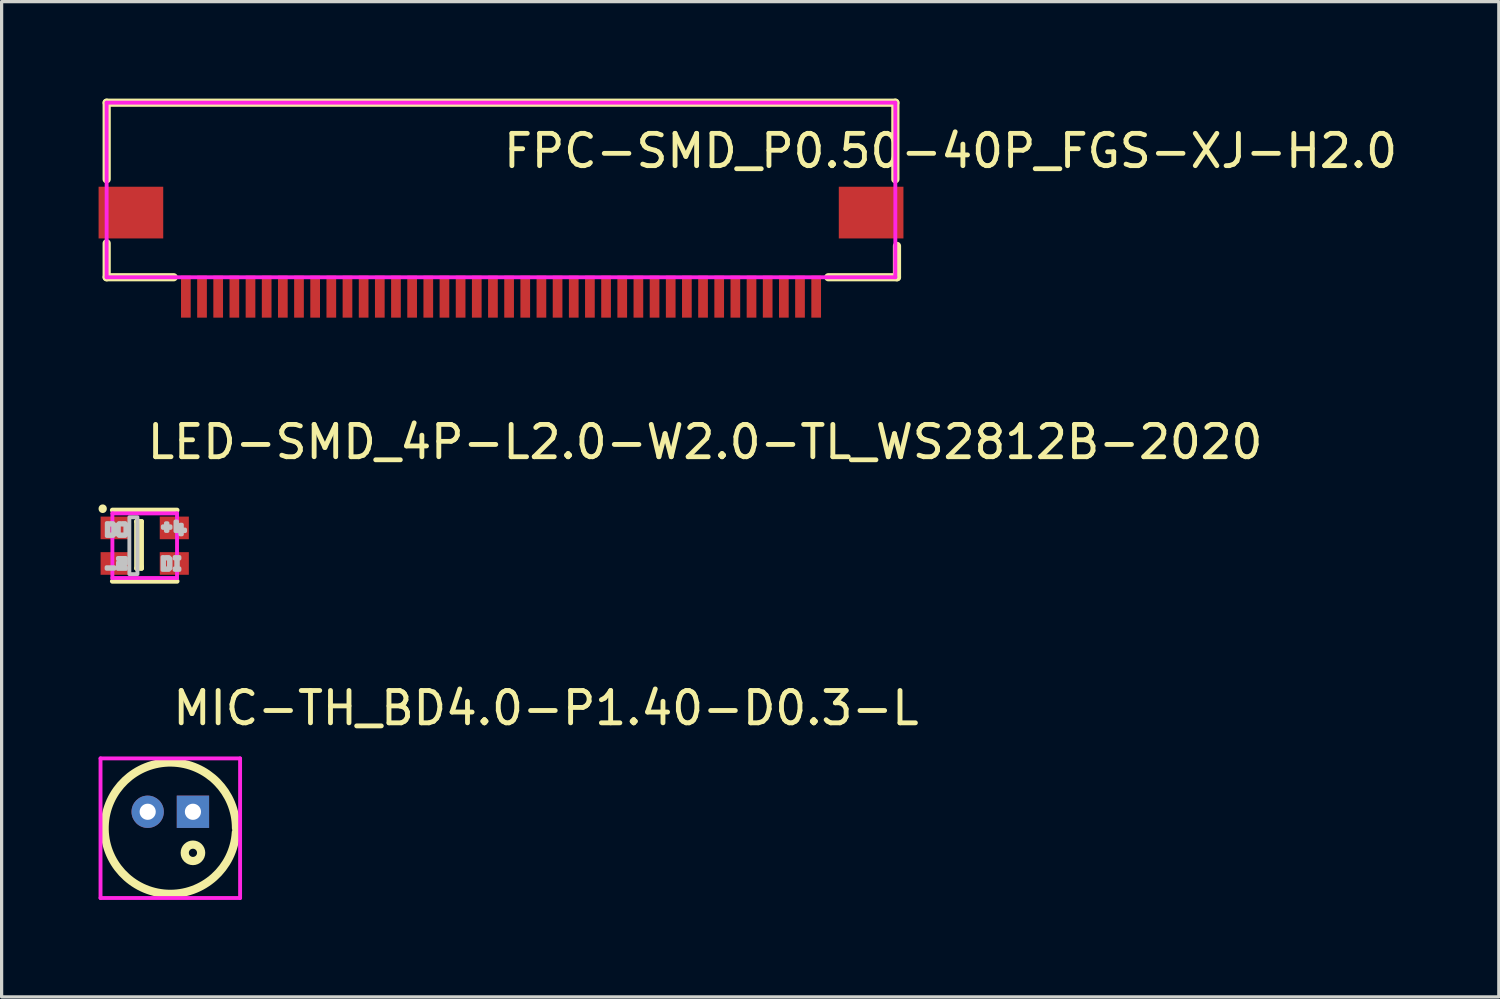
<source format=kicad_pcb>
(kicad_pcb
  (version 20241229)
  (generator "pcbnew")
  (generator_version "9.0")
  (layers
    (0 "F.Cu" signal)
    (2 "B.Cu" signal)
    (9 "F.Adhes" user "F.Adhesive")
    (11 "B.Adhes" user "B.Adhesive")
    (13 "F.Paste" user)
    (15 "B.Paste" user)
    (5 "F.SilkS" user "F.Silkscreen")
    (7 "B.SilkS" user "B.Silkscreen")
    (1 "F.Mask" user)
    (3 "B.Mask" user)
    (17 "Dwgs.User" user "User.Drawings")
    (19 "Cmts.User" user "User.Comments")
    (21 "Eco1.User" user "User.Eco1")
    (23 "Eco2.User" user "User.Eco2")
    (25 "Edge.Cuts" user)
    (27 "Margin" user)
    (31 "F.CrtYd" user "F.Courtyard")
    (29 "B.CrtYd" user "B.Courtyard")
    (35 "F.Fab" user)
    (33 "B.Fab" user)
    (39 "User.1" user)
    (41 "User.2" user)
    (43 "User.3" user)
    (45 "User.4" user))
  (footprint "MIC-TH_BD4.0-P1.40-D0.3-L"
    (layer "F.Cu")
    (at 2.219 22.064)
    (property "Reference" "MIC-TH_BD4.0-P1.40-D0.3-L" (at 0 -3.207 0) (layer "F.SilkS") (effects (font (size 1 1) (thickness 0.15)) (justify left)))
    (attr through_hole)
    (fp_arc (start 2.028 0.635) (mid -2.030975 0.444341) (end 2.031973 0.508256) (stroke (width 0.254) (type solid)) (layer "F.SilkS"))
    (fp_circle (center 0.7 1.27) (end 0.954 1.27) (stroke (width 0.254) (type solid)) (fill no) (layer "F.SilkS"))
    (fp_circle (center -0.7 0) (end -0.625 0) (stroke (width 0.15) (type solid)) (fill no) (layer "Eco2.User"))
    (fp_circle (center 0.7 0) (end 0.775 0) (stroke (width 0.15) (type solid)) (fill no) (layer "Eco2.User"))
    (fp_circle (center 2.159 -1.651) (end 2.189 -1.651) (stroke (width 0.06) (type solid)) (fill no) (layer "Eco2.User"))
    (fp_line (start -2.159 -1.651) (end 2.159 -1.651) (stroke (width 0.12) (type solid)) (layer "F.CrtYd"))
    (fp_line (start -2.159 2.667) (end -2.159 -1.651) (stroke (width 0.12) (type solid)) (layer "F.CrtYd"))
    (fp_line (start 2.159 -1.651) (end 2.159 2.667) (stroke (width 0.12) (type solid)) (layer "F.CrtYd"))
    (fp_line (start 2.159 2.667) (end -2.159 2.667) (stroke (width 0.12) (type solid)) (layer "F.CrtYd"))
    (pad "1" thru_hole rect (at 0.7 0) (size 1 1) (drill 0.5) (layers "*.Cu" "*.Mask"))
    (pad "2" thru_hole circle (at -0.7 0) (size 1 1) (drill 0.5) (layers "*.Cu" "*.Mask")))
  (footprint "LED-SMD_4P-L2.0-W2.0-TL_WS2812B-2020"
    (layer "F.Cu")
    (at 1.427 13.832)
    (property "Reference" "LED-SMD_4P-L2.0-W2.0-TL_WS2812B-2020" (at 0 -3.207 0) (layer "F.SilkS") (effects (font (size 1 1) (thickness 0.15)) (justify left)))
    (attr through_hole)
    (fp_line (start -1.3 -1.15) (end -1.3 -1.138) (stroke (width 0.254) (type solid)) (layer "F.SilkS"))
    (fp_line (start -1 1.1) (end 1 1.1) (stroke (width 0.152) (type solid)) (layer "F.SilkS"))
    (fp_line (start -0.25 -0.75) (end -0.25 0.7) (stroke (width 0.152) (type solid)) (layer "F.SilkS"))
    (fp_line (start -0.25 -0.75) (end -0.1 -0.75) (stroke (width 0.152) (type solid)) (layer "F.SilkS"))
    (fp_line (start -0.1 -0.75) (end -0.1 0.65) (stroke (width 0.152) (type solid)) (layer "F.SilkS"))
    (fp_line (start -0.1 0.65) (end -0.1 0.7) (stroke (width 0.152) (type solid)) (layer "F.SilkS"))
    (fp_line (start -0.1 0.7) (end -0.25 0.7) (stroke (width 0.152) (type solid)) (layer "F.SilkS"))
    (fp_line (start 1 -1.1) (end -1 -1.1) (stroke (width 0.152) (type solid)) (layer "F.SilkS"))
    (fp_poly (pts (xy -1.18 0.665) (xy -0.94 0.665) (xy -0.94 0.715) (xy -1.18 0.715)) (stroke (width 0.12) (type solid)) (fill no) (layer "Dwgs.User"))
    (fp_poly (pts (xy -0.225 -0.88) (xy -0.225 0.88) (xy -0.475 0.88) (xy -0.475 -0.88)) (stroke (width 0.12) (type solid)) (fill no) (layer "Dwgs.User"))
    (fp_poly (pts (xy 0.56 -0.6) (xy 0.8 -0.6) (xy 0.8 -0.55) (xy 0.56 -0.55)) (stroke (width 0.12) (type solid)) (fill no) (layer "Dwgs.User"))
    (fp_poly (pts (xy 0.655 -0.455) (xy 0.655 -0.695) (xy 0.705 -0.695) (xy 0.705 -0.455)) (stroke (width 0.12) (type solid)) (fill no) (layer "Dwgs.User"))
    (fp_poly (pts (xy -1.175 -0.7) (xy -1.175 -0.3) (xy -1.025 -0.3) (xy -0.975 -0.3) (xy -0.925 -0.35) (xy -0.925 -0.65) (xy -0.975 -0.7) (xy -1.075 -0.7) (xy -1.075 -0.65) (xy -0.975 -0.65) (xy -0.975 -0.35) (xy -1.125 -0.35) (xy -1.125 -0.7)) (stroke (width 0.12) (type solid)) (fill no) (layer "Dwgs.User"))
    (fp_poly (pts (xy 0.55 0.35) (xy 0.55 0.75) (xy 0.7 0.75) (xy 0.75 0.75) (xy 0.8 0.7) (xy 0.8 0.4) (xy 0.75 0.35) (xy 0.65 0.35) (xy 0.65 0.4) (xy 0.75 0.4) (xy 0.75 0.7) (xy 0.6 0.7) (xy 0.6 0.35)) (stroke (width 0.12) (type solid)) (fill no) (layer "Dwgs.User"))
    (fp_poly (pts (xy 0.925 0.75) (xy 0.925 0.7) (xy 0.975 0.7) (xy 0.975 0.4) (xy 0.925 0.4) (xy 0.925 0.35) (xy 1.075 0.35) (xy 1.075 0.4) (xy 1.025 0.4) (xy 1.025 0.7) (xy 1.075 0.7) (xy 1.075 0.75) (xy 0.925 0.75)) (stroke (width 0.12) (type solid)) (fill no) (layer "Dwgs.User"))
    (fp_poly (pts (xy 0.95 -0.75) (xy 0.95 -0.45) (xy 1.1 -0.45) (xy 1.1 -0.35) (xy 1.15 -0.35) (xy 1.15 -0.45) (xy 1.25 -0.45) (xy 1.25 -0.5) (xy 1.15 -0.5) (xy 1.15 -0.65) (xy 1.1 -0.65) (xy 1.1 -0.5) (xy 1 -0.5) (xy 1 -0.75)) (stroke (width 0.12) (type solid)) (fill no) (layer "Dwgs.User"))
    (fp_poly (pts (xy -0.82 0.38) (xy -0.58 0.38) (xy -0.58 0.56) (xy -0.79 0.56) (xy -0.79 0.67) (xy -0.58 0.67) (xy -0.58 0.72) (xy -0.82 0.72) (xy -0.83 0.72) (xy -0.83 0.71) (xy -0.83 0.52) (xy -0.61 0.52) (xy -0.61 0.42) (xy -0.83 0.42) (xy -0.83 0.38)) (stroke (width 0.12) (type solid)) (fill no) (layer "Dwgs.User"))
    (fp_poly (pts (xy -0.8 -0.7) (xy -0.85 -0.65) (xy -0.85 -0.35) (xy -0.8 -0.3) (xy -0.6 -0.3) (xy -0.55 -0.35) (xy -0.55 -0.65) (xy -0.6 -0.7) (xy -0.7 -0.7) (xy -0.7 -0.65) (xy -0.6 -0.65) (xy -0.6 -0.35) (xy -0.8 -0.35) (xy -0.8 -0.65) (xy -0.75 -0.65) (xy -0.75 -0.7)) (stroke (width 0.12) (type solid)) (fill no) (layer "Dwgs.User"))
    (fp_circle (center -1 -1) (end -0.97 -1) (stroke (width 0.06) (type solid)) (fill no) (layer "Eco2.User"))
    (fp_poly (pts (xy -1 -0.2) (xy -1 -0.9) (xy -0.475 -0.9) (xy -0.475 -0.2)) (stroke (width 0.12) (type solid)) (fill no) (layer "Eco2.User"))
    (fp_poly (pts (xy -1 0.9) (xy -1 0.2) (xy -0.475 0.2) (xy -0.475 0.9)) (stroke (width 0.12) (type solid)) (fill no) (layer "Eco2.User"))
    (fp_poly (pts (xy 0.475 -0.2) (xy 0.475 -0.9) (xy 1 -0.9) (xy 1 -0.2)) (stroke (width 0.12) (type solid)) (fill no) (layer "Eco2.User"))
    (fp_poly (pts (xy 0.475 0.9) (xy 0.475 0.2) (xy 1 0.2) (xy 1 0.9)) (stroke (width 0.12) (type solid)) (fill no) (layer "Eco2.User"))
    (fp_line (start -1 -1) (end 1 -1) (stroke (width 0.12) (type solid)) (layer "F.CrtYd"))
    (fp_line (start -1 1) (end -1 -1) (stroke (width 0.12) (type solid)) (layer "F.CrtYd"))
    (fp_line (start 1 -1) (end 1 1) (stroke (width 0.12) (type solid)) (layer "F.CrtYd"))
    (fp_line (start 1 1) (end -1 1) (stroke (width 0.12) (type solid)) (layer "F.CrtYd"))
    (pad "1" smd rect (at -0.915 -0.55) (size 0.9 0.7) (layers "F.Cu" "F.Mask" "F.Paste"))
    (pad "2" smd rect (at -0.915 0.55) (size 0.9 0.7) (layers "F.Cu" "F.Mask" "F.Paste"))
    (pad "3" smd rect (at 0.915 0.55) (size 0.9 0.7) (layers "F.Cu" "F.Mask" "F.Paste"))
    (pad "4" smd rect (at 0.915 -0.55) (size 0.9 0.7) (layers "F.Cu" "F.Mask" "F.Paste")))
  (footprint "FPC-SMD_P0.50-40P_FGS-XJ-H2.0"
    (layer "F.Cu")
    (at 12.45 4.827)
    (property "Reference" "FPC-SMD_P0.50-40P_FGS-XJ-H2.0" (at 0 -3.207 0) (layer "F.SilkS") (effects (font (size 1 1) (thickness 0.15)) (justify left)))
    (attr through_hole)
    (fp_line (start -12.2 -4.7) (end 12.2 -4.7) (stroke (width 0.254) (type solid)) (layer "F.SilkS"))
    (fp_line (start -12.2 -2.331) (end -12.2 -4.7) (stroke (width 0.254) (type solid)) (layer "F.SilkS"))
    (fp_line (start -12.2 0.7) (end -12.2 -0.35) (stroke (width 0.254) (type solid)) (layer "F.SilkS"))
    (fp_line (start -10.126 0.7) (end -12.2 0.7) (stroke (width 0.254) (type solid)) (layer "F.SilkS"))
    (fp_line (start 12.2 -4.7) (end 12.2 -2.331) (stroke (width 0.254) (type solid)) (layer "F.SilkS"))
    (fp_line (start 12.25 -0.269) (end 12.25 0.7) (stroke (width 0.254) (type solid)) (layer "F.SilkS"))
    (fp_line (start 12.25 0.7) (end 10.126 0.7) (stroke (width 0.254) (type solid)) (layer "F.SilkS"))
    (fp_line (start -12.212 -2.05) (end -12.212 -0.55) (stroke (width 0.12) (type solid)) (layer "Eco2.User"))
    (fp_line (start -12.212 -0.55) (end -10.891 -0.55) (stroke (width 0.12) (type solid)) (layer "Eco2.User"))
    (fp_line (start -10.891 -2.05) (end -12.212 -2.05) (stroke (width 0.12) (type solid)) (layer "Eco2.User"))
    (fp_line (start -10.891 -0.55) (end -10.891 -2.05) (stroke (width 0.12) (type solid)) (layer "Eco2.User"))
    (fp_line (start 10.888 -2.05) (end 10.888 -0.55) (stroke (width 0.12) (type solid)) (layer "Eco2.User"))
    (fp_line (start 10.888 -0.55) (end 12.209 -0.55) (stroke (width 0.12) (type solid)) (layer "Eco2.User"))
    (fp_line (start 12.209 -2.05) (end 10.888 -2.05) (stroke (width 0.12) (type solid)) (layer "Eco2.User"))
    (fp_line (start 12.209 -0.55) (end 12.209 -2.05) (stroke (width 0.12) (type solid)) (layer "Eco2.User"))
    (fp_circle (center -12.209 1.3) (end -12.179 1.3) (stroke (width 0.06) (type solid)) (fill no) (layer "Eco2.User"))
    (fp_poly (pts (xy -10.902 -0.55) (xy -10.902 -2.05) (xy -12.201 -2.05) (xy -12.201 -0.55)) (stroke (width 0.12) (type solid)) (fill no) (layer "Eco2.User"))
    (fp_poly (pts (xy -9.65 1.3) (xy -9.65 0.6) (xy -9.85 0.6) (xy -9.85 1.3)) (stroke (width 0.12) (type solid)) (fill no) (layer "Eco2.User"))
    (fp_poly (pts (xy -9.15 1.3) (xy -9.15 0.6) (xy -9.35 0.6) (xy -9.35 1.3)) (stroke (width 0.12) (type solid)) (fill no) (layer "Eco2.User"))
    (fp_poly (pts (xy -8.65 1.3) (xy -8.65 0.6) (xy -8.85 0.6) (xy -8.85 1.3)) (stroke (width 0.12) (type solid)) (fill no) (layer "Eco2.User"))
    (fp_poly (pts (xy -8.15 1.3) (xy -8.15 0.6) (xy -8.35 0.6) (xy -8.35 1.3)) (stroke (width 0.12) (type solid)) (fill no) (layer "Eco2.User"))
    (fp_poly (pts (xy -7.65 1.3) (xy -7.65 0.6) (xy -7.85 0.6) (xy -7.85 1.3)) (stroke (width 0.12) (type solid)) (fill no) (layer "Eco2.User"))
    (fp_poly (pts (xy -7.15 1.3) (xy -7.15 0.6) (xy -7.35 0.6) (xy -7.35 1.3)) (stroke (width 0.12) (type solid)) (fill no) (layer "Eco2.User"))
    (fp_poly (pts (xy -6.65 1.3) (xy -6.65 0.6) (xy -6.85 0.6) (xy -6.85 1.3)) (stroke (width 0.12) (type solid)) (fill no) (layer "Eco2.User"))
    (fp_poly (pts (xy -6.15 1.3) (xy -6.15 0.6) (xy -6.35 0.6) (xy -6.35 1.3)) (stroke (width 0.12) (type solid)) (fill no) (layer "Eco2.User"))
    (fp_poly (pts (xy -5.65 1.3) (xy -5.65 0.6) (xy -5.85 0.6) (xy -5.85 1.3)) (stroke (width 0.12) (type solid)) (fill no) (layer "Eco2.User"))
    (fp_poly (pts (xy -5.15 1.3) (xy -5.15 0.6) (xy -5.35 0.6) (xy -5.35 1.3)) (stroke (width 0.12) (type solid)) (fill no) (layer "Eco2.User"))
    (fp_poly (pts (xy -4.65 1.3) (xy -4.65 0.6) (xy -4.85 0.6) (xy -4.85 1.3)) (stroke (width 0.12) (type solid)) (fill no) (layer "Eco2.User"))
    (fp_poly (pts (xy -4.15 1.3) (xy -4.15 0.6) (xy -4.35 0.6) (xy -4.35 1.3)) (stroke (width 0.12) (type solid)) (fill no) (layer "Eco2.User"))
    (fp_poly (pts (xy -3.65 1.3) (xy -3.65 0.6) (xy -3.85 0.6) (xy -3.85 1.3)) (stroke (width 0.12) (type solid)) (fill no) (layer "Eco2.User"))
    (fp_poly (pts (xy -3.15 1.3) (xy -3.15 0.6) (xy -3.35 0.6) (xy -3.35 1.3)) (stroke (width 0.12) (type solid)) (fill no) (layer "Eco2.User"))
    (fp_poly (pts (xy -2.65 1.3) (xy -2.65 0.6) (xy -2.85 0.6) (xy -2.85 1.3)) (stroke (width 0.12) (type solid)) (fill no) (layer "Eco2.User"))
    (fp_poly (pts (xy -2.15 1.3) (xy -2.15 0.6) (xy -2.35 0.6) (xy -2.35 1.3)) (stroke (width 0.12) (type solid)) (fill no) (layer "Eco2.User"))
    (fp_poly (pts (xy -1.65 1.3) (xy -1.65 0.6) (xy -1.85 0.6) (xy -1.85 1.3)) (stroke (width 0.12) (type solid)) (fill no) (layer "Eco2.User"))
    (fp_poly (pts (xy -1.15 1.3) (xy -1.15 0.6) (xy -1.35 0.6) (xy -1.35 1.3)) (stroke (width 0.12) (type solid)) (fill no) (layer "Eco2.User"))
    (fp_poly (pts (xy -0.65 1.3) (xy -0.65 0.6) (xy -0.85 0.6) (xy -0.85 1.3)) (stroke (width 0.12) (type solid)) (fill no) (layer "Eco2.User"))
    (fp_poly (pts (xy -0.15 1.3) (xy -0.15 0.6) (xy -0.35 0.6) (xy -0.35 1.3)) (stroke (width 0.12) (type solid)) (fill no) (layer "Eco2.User"))
    (fp_poly (pts (xy 0.35 1.3) (xy 0.35 0.6) (xy 0.15 0.6) (xy 0.15 1.3)) (stroke (width 0.12) (type solid)) (fill no) (layer "Eco2.User"))
    (fp_poly (pts (xy 0.85 1.3) (xy 0.85 0.6) (xy 0.65 0.6) (xy 0.65 1.3)) (stroke (width 0.12) (type solid)) (fill no) (layer "Eco2.User"))
    (fp_poly (pts (xy 1.35 1.3) (xy 1.35 0.6) (xy 1.15 0.6) (xy 1.15 1.3)) (stroke (width 0.12) (type solid)) (fill no) (layer "Eco2.User"))
    (fp_poly (pts (xy 1.85 1.3) (xy 1.85 0.6) (xy 1.65 0.6) (xy 1.65 1.3)) (stroke (width 0.12) (type solid)) (fill no) (layer "Eco2.User"))
    (fp_poly (pts (xy 2.35 1.3) (xy 2.35 0.6) (xy 2.15 0.6) (xy 2.15 1.3)) (stroke (width 0.12) (type solid)) (fill no) (layer "Eco2.User"))
    (fp_poly (pts (xy 2.85 1.3) (xy 2.85 0.6) (xy 2.65 0.6) (xy 2.65 1.3)) (stroke (width 0.12) (type solid)) (fill no) (layer "Eco2.User"))
    (fp_poly (pts (xy 3.35 1.3) (xy 3.35 0.6) (xy 3.15 0.6) (xy 3.15 1.3)) (stroke (width 0.12) (type solid)) (fill no) (layer "Eco2.User"))
    (fp_poly (pts (xy 3.85 1.3) (xy 3.85 0.6) (xy 3.65 0.6) (xy 3.65 1.3)) (stroke (width 0.12) (type solid)) (fill no) (layer "Eco2.User"))
    (fp_poly (pts (xy 4.35 1.3) (xy 4.35 0.6) (xy 4.15 0.6) (xy 4.15 1.3)) (stroke (width 0.12) (type solid)) (fill no) (layer "Eco2.User"))
    (fp_poly (pts (xy 4.85 1.3) (xy 4.85 0.6) (xy 4.65 0.6) (xy 4.65 1.3)) (stroke (width 0.12) (type solid)) (fill no) (layer "Eco2.User"))
    (fp_poly (pts (xy 5.35 1.3) (xy 5.35 0.6) (xy 5.15 0.6) (xy 5.15 1.3)) (stroke (width 0.12) (type solid)) (fill no) (layer "Eco2.User"))
    (fp_poly (pts (xy 5.85 1.3) (xy 5.85 0.6) (xy 5.65 0.6) (xy 5.65 1.3)) (stroke (width 0.12) (type solid)) (fill no) (layer "Eco2.User"))
    (fp_poly (pts (xy 6.35 1.3) (xy 6.35 0.6) (xy 6.15 0.6) (xy 6.15 1.3)) (stroke (width 0.12) (type solid)) (fill no) (layer "Eco2.User"))
    (fp_poly (pts (xy 6.85 1.3) (xy 6.85 0.6) (xy 6.65 0.6) (xy 6.65 1.3)) (stroke (width 0.12) (type solid)) (fill no) (layer "Eco2.User"))
    (fp_poly (pts (xy 7.35 1.3) (xy 7.35 0.6) (xy 7.15 0.6) (xy 7.15 1.3)) (stroke (width 0.12) (type solid)) (fill no) (layer "Eco2.User"))
    (fp_poly (pts (xy 7.85 1.3) (xy 7.85 0.6) (xy 7.65 0.6) (xy 7.65 1.3)) (stroke (width 0.12) (type solid)) (fill no) (layer "Eco2.User"))
    (fp_poly (pts (xy 8.35 1.3) (xy 8.35 0.6) (xy 8.15 0.6) (xy 8.15 1.3)) (stroke (width 0.12) (type solid)) (fill no) (layer "Eco2.User"))
    (fp_poly (pts (xy 8.85 1.3) (xy 8.85 0.6) (xy 8.65 0.6) (xy 8.65 1.3)) (stroke (width 0.12) (type solid)) (fill no) (layer "Eco2.User"))
    (fp_poly (pts (xy 9.35 1.3) (xy 9.35 0.6) (xy 9.15 0.6) (xy 9.15 1.3)) (stroke (width 0.12) (type solid)) (fill no) (layer "Eco2.User"))
    (fp_poly (pts (xy 9.85 1.3) (xy 9.85 0.6) (xy 9.65 0.6) (xy 9.65 1.3)) (stroke (width 0.12) (type solid)) (fill no) (layer "Eco2.User"))
    (fp_poly (pts (xy 12.199 -0.55) (xy 12.199 -2.05) (xy 10.899 -2.05) (xy 10.899 -0.55)) (stroke (width 0.12) (type solid)) (fill no) (layer "Eco2.User"))
    (fp_line (start -12.201 -4.7) (end -12.201 0.7) (stroke (width 0.12) (type solid)) (layer "F.CrtYd"))
    (fp_line (start -12.201 0.7) (end 12.199 0.7) (stroke (width 0.12) (type solid)) (layer "F.CrtYd"))
    (fp_line (start 12.199 -4.7) (end -12.201 -4.7) (stroke (width 0.12) (type solid)) (layer "F.CrtYd"))
    (fp_line (start 12.199 0.7) (end 12.199 -4.7) (stroke (width 0.12) (type solid)) (layer "F.CrtYd"))
    (pad "1" smd rect (at 9.75 1.3 180) (size 0.3 1.3) (layers "F.Cu" "F.Mask" "F.Paste"))
    (pad "2" smd rect (at 9.25 1.3 180) (size 0.3 1.3) (layers "F.Cu" "F.Mask" "F.Paste"))
    (pad "3" smd rect (at 8.75 1.3 180) (size 0.3 1.3) (layers "F.Cu" "F.Mask" "F.Paste"))
    (pad "4" smd rect (at 8.25 1.3 180) (size 0.3 1.3) (layers "F.Cu" "F.Mask" "F.Paste"))
    (pad "5" smd rect (at 7.75 1.3 180) (size 0.3 1.3) (layers "F.Cu" "F.Mask" "F.Paste"))
    (pad "6" smd rect (at 7.25 1.3 180) (size 0.3 1.3) (layers "F.Cu" "F.Mask" "F.Paste"))
    (pad "7" smd rect (at 6.75 1.3 180) (size 0.3 1.3) (layers "F.Cu" "F.Mask" "F.Paste"))
    (pad "8" smd rect (at 6.25 1.3 180) (size 0.3 1.3) (layers "F.Cu" "F.Mask" "F.Paste"))
    (pad "9" smd rect (at 5.75 1.3 180) (size 0.3 1.3) (layers "F.Cu" "F.Mask" "F.Paste"))
    (pad "10" smd rect (at 5.25 1.3 180) (size 0.3 1.3) (layers "F.Cu" "F.Mask" "F.Paste"))
    (pad "11" smd rect (at 4.75 1.3 180) (size 0.3 1.3) (layers "F.Cu" "F.Mask" "F.Paste"))
    (pad "12" smd rect (at 4.25 1.3 180) (size 0.3 1.3) (layers "F.Cu" "F.Mask" "F.Paste"))
    (pad "13" smd rect (at 3.75 1.3 180) (size 0.3 1.3) (layers "F.Cu" "F.Mask" "F.Paste"))
    (pad "14" smd rect (at 3.25 1.3 180) (size 0.3 1.3) (layers "F.Cu" "F.Mask" "F.Paste"))
    (pad "15" smd rect (at 2.75 1.3 180) (size 0.3 1.3) (layers "F.Cu" "F.Mask" "F.Paste"))
    (pad "16" smd rect (at 2.25 1.3 180) (size 0.3 1.3) (layers "F.Cu" "F.Mask" "F.Paste"))
    (pad "17" smd rect (at 1.75 1.3 180) (size 0.3 1.3) (layers "F.Cu" "F.Mask" "F.Paste"))
    (pad "18" smd rect (at 1.25 1.3 180) (size 0.3 1.3) (layers "F.Cu" "F.Mask" "F.Paste"))
    (pad "19" smd rect (at 0.75 1.3 180) (size 0.3 1.3) (layers "F.Cu" "F.Mask" "F.Paste"))
    (pad "20" smd rect (at 0.25 1.3 180) (size 0.3 1.3) (layers "F.Cu" "F.Mask" "F.Paste"))
    (pad "21" smd rect (at -0.25 1.3 180) (size 0.3 1.3) (layers "F.Cu" "F.Mask" "F.Paste"))
    (pad "22" smd rect (at -0.75 1.3 180) (size 0.3 1.3) (layers "F.Cu" "F.Mask" "F.Paste"))
    (pad "23" smd rect (at -1.25 1.3 180) (size 0.3 1.3) (layers "F.Cu" "F.Mask" "F.Paste"))
    (pad "24" smd rect (at -1.75 1.3 180) (size 0.3 1.3) (layers "F.Cu" "F.Mask" "F.Paste"))
    (pad "25" smd rect (at -2.25 1.3 180) (size 0.3 1.3) (layers "F.Cu" "F.Mask" "F.Paste"))
    (pad "26" smd rect (at -2.75 1.3 180) (size 0.3 1.3) (layers "F.Cu" "F.Mask" "F.Paste"))
    (pad "27" smd rect (at -3.25 1.3 180) (size 0.3 1.3) (layers "F.Cu" "F.Mask" "F.Paste"))
    (pad "28" smd rect (at -3.75 1.3 180) (size 0.3 1.3) (layers "F.Cu" "F.Mask" "F.Paste"))
    (pad "29" smd rect (at -4.25 1.3 180) (size 0.3 1.3) (layers "F.Cu" "F.Mask" "F.Paste"))
    (pad "30" smd rect (at -4.75 1.3 180) (size 0.3 1.3) (layers "F.Cu" "F.Mask" "F.Paste"))
    (pad "31" smd rect (at -5.25 1.3 180) (size 0.3 1.3) (layers "F.Cu" "F.Mask" "F.Paste"))
    (pad "32" smd rect (at -5.75 1.3 180) (size 0.3 1.3) (layers "F.Cu" "F.Mask" "F.Paste"))
    (pad "33" smd rect (at -6.25 1.3 180) (size 0.3 1.3) (layers "F.Cu" "F.Mask" "F.Paste"))
    (pad "34" smd rect (at -6.75 1.3 180) (size 0.3 1.3) (layers "F.Cu" "F.Mask" "F.Paste"))
    (pad "35" smd rect (at -7.25 1.3 180) (size 0.3 1.3) (layers "F.Cu" "F.Mask" "F.Paste"))
    (pad "36" smd rect (at -7.75 1.3 180) (size 0.3 1.3) (layers "F.Cu" "F.Mask" "F.Paste"))
    (pad "37" smd rect (at -8.25 1.3 180) (size 0.3 1.3) (layers "F.Cu" "F.Mask" "F.Paste"))
    (pad "38" smd rect (at -8.75 1.3 180) (size 0.3 1.3) (layers "F.Cu" "F.Mask" "F.Paste"))
    (pad "39" smd rect (at -9.25 1.3 180) (size 0.3 1.3) (layers "F.Cu" "F.Mask" "F.Paste"))
    (pad "40" smd rect (at -9.75 1.3 180) (size 0.3 1.3) (layers "F.Cu" "F.Mask" "F.Paste"))
    (pad "41" smd rect (at -11.45 -1.3 90) (size 1.6 2) (layers "F.Cu" "F.Mask" "F.Paste"))
    (pad "42" smd rect (at 11.45 -1.3 90) (size 1.6 2) (layers "F.Cu" "F.Mask" "F.Paste")))
  (gr_rect
    (start -3 -3)
    (end 43.319 27.791)
    (stroke (width 0.1) (type default))
    (fill no)
    (layer "Edge.Cuts")))
</source>
